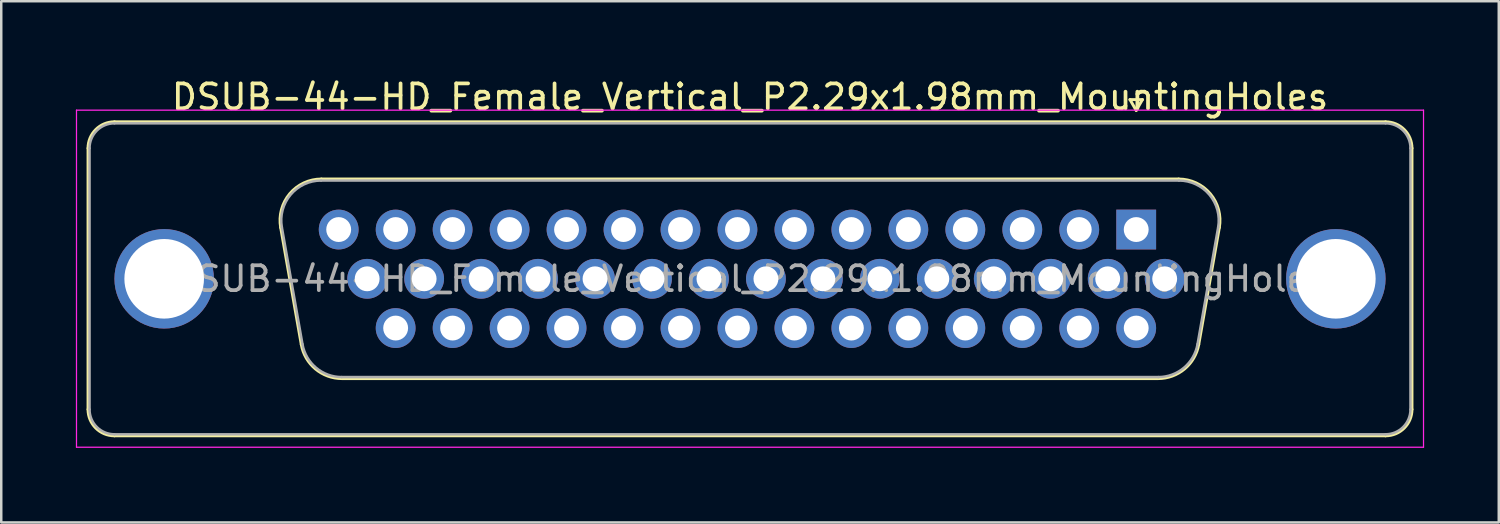
<source format=kicad_pcb>
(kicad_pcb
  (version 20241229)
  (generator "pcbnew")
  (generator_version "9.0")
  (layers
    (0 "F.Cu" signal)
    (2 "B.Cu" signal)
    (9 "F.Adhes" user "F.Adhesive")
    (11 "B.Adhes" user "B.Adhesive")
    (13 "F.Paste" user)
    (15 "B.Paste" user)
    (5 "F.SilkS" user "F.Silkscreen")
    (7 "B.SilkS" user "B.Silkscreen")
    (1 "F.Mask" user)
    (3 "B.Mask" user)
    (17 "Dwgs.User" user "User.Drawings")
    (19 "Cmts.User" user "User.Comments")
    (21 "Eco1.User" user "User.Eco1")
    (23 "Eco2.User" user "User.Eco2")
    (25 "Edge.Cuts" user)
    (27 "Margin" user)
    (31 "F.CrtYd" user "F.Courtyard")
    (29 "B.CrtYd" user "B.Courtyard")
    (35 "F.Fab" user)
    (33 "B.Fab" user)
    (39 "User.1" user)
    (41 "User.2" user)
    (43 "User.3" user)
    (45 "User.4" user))
  (footprint "DSUB-44-HD_Female_Vertical_P2.29x1.98mm_MountingHoles"
    (layer "F.Cu")
    (at 42.625 6.178)
    (property "Reference" "DSUB-44-HD_Female_Vertical_P2.29x1.98mm_MountingHoles" (at -15.525 -5.33 0) (layer "F.SilkS") (effects (font (size 1 1) (thickness 0.15))))
    (attr through_hole)
    (fp_line (start -42.135 7.23) (end -42.135 -3.27) (stroke (width 0.12) (type solid)) (layer "F.SilkS"))
    (fp_line (start -41.075 -4.33) (end 10.025 -4.33) (stroke (width 0.12) (type solid)) (layer "F.SilkS"))
    (fp_line (start -34.391 -0.082) (end -33.563 4.618) (stroke (width 0.12) (type solid)) (layer "F.SilkS"))
    (fp_line (start -32.757 -2.03) (end 1.707 -2.03) (stroke (width 0.12) (type solid)) (layer "F.SilkS"))
    (fp_line (start -31.928 5.99) (end 0.878 5.99) (stroke (width 0.12) (type solid)) (layer "F.SilkS"))
    (fp_line (start -0.25 -5.224) (end 0.25 -5.224) (stroke (width 0.12) (type solid)) (layer "F.SilkS"))
    (fp_line (start 0 -4.791) (end -0.25 -5.224) (stroke (width 0.12) (type solid)) (layer "F.SilkS"))
    (fp_line (start 0.25 -5.224) (end 0 -4.791) (stroke (width 0.12) (type solid)) (layer "F.SilkS"))
    (fp_line (start 3.341 -0.082) (end 2.513 4.618) (stroke (width 0.12) (type solid)) (layer "F.SilkS"))
    (fp_line (start 10.025 8.29) (end -41.075 8.29) (stroke (width 0.12) (type solid)) (layer "F.SilkS"))
    (fp_line (start 11.085 -3.27) (end 11.085 7.23) (stroke (width 0.12) (type solid)) (layer "F.SilkS"))
    (fp_arc (start -42.135 -3.27) (mid -41.824533 -4.019533) (end -41.075 -4.33) (stroke (width 0.12) (type solid)) (layer "F.SilkS"))
    (fp_arc (start -41.075 8.29) (mid -41.824533 7.979533) (end -42.135 7.23) (stroke (width 0.12) (type solid)) (layer "F.SilkS"))
    (fp_arc (start -34.39147 -0.081744) (mid -34.028323 -1.437028) (end -32.756689 -2.03) (stroke (width 0.12) (type solid)) (layer "F.SilkS"))
    (fp_arc (start -31.927952 5.99) (mid -32.994979 5.601634) (end -33.562733 4.618256) (stroke (width 0.12) (type solid)) (layer "F.SilkS"))
    (fp_arc (start 1.706689 -2.03) (mid 2.978323 -1.437027) (end 3.34147 -0.081744) (stroke (width 0.12) (type solid)) (layer "F.SilkS"))
    (fp_arc (start 2.512733 4.618256) (mid 1.94498 5.601634) (end 0.877952 5.99) (stroke (width 0.12) (type solid)) (layer "F.SilkS"))
    (fp_arc (start 10.025 -4.33) (mid 10.774533 -4.019533) (end 11.085 -3.27) (stroke (width 0.12) (type solid)) (layer "F.SilkS"))
    (fp_arc (start 11.085 7.23) (mid 10.774533 7.979533) (end 10.025 8.29) (stroke (width 0.12) (type solid)) (layer "F.SilkS"))
    (fp_line (start -42.6 -4.8) (end -42.6 8.75) (stroke (width 0.05) (type solid)) (layer "F.CrtYd"))
    (fp_line (start -42.6 8.75) (end 11.55 8.75) (stroke (width 0.05) (type solid)) (layer "F.CrtYd"))
    (fp_line (start 11.55 -4.8) (end -42.6 -4.8) (stroke (width 0.05) (type solid)) (layer "F.CrtYd"))
    (fp_line (start 11.55 8.75) (end 11.55 -4.8) (stroke (width 0.05) (type solid)) (layer "F.CrtYd"))
    (fp_line (start -42.075 7.23) (end -42.075 -3.27) (stroke (width 0.1) (type solid)) (layer "F.Fab"))
    (fp_line (start -41.075 -4.27) (end 10.025 -4.27) (stroke (width 0.1) (type solid)) (layer "F.Fab"))
    (fp_line (start -34.344 -0.092) (end -33.515 4.608) (stroke (width 0.1) (type solid)) (layer "F.Fab"))
    (fp_line (start -32.768 -1.97) (end 1.718 -1.97) (stroke (width 0.1) (type solid)) (layer "F.Fab"))
    (fp_line (start -31.939 5.93) (end 0.889 5.93) (stroke (width 0.1) (type solid)) (layer "F.Fab"))
    (fp_line (start 3.294 -0.092) (end 2.465 4.608) (stroke (width 0.1) (type solid)) (layer "F.Fab"))
    (fp_line (start 10.025 8.23) (end -41.075 8.23) (stroke (width 0.1) (type solid)) (layer "F.Fab"))
    (fp_line (start 11.025 -3.27) (end 11.025 7.23) (stroke (width 0.1) (type solid)) (layer "F.Fab"))
    (fp_arc (start -42.075 -3.27) (mid -41.782107 -3.977107) (end -41.075 -4.27) (stroke (width 0.1) (type solid)) (layer "F.Fab"))
    (fp_arc (start -41.075 8.23) (mid -41.782107 7.937107) (end -42.075 7.23) (stroke (width 0.1) (type solid)) (layer "F.Fab"))
    (fp_arc (start -34.343886 -0.092163) (mid -33.993865 -1.39846) (end -32.768194 -1.97) (stroke (width 0.1) (type solid)) (layer "F.Fab"))
    (fp_arc (start -31.939457 5.93) (mid -32.967917 5.555671) (end -33.515149 4.607837) (stroke (width 0.1) (type solid)) (layer "F.Fab"))
    (fp_arc (start 1.718194 -1.97) (mid 2.943865 -1.39846) (end 3.293886 -0.092163) (stroke (width 0.1) (type solid)) (layer "F.Fab"))
    (fp_arc (start 2.465149 4.607837) (mid 1.917917 5.555671) (end 0.889457 5.93) (stroke (width 0.1) (type solid)) (layer "F.Fab"))
    (fp_arc (start 10.025 -4.27) (mid 10.732107 -3.977107) (end 11.025 -3.27) (stroke (width 0.1) (type solid)) (layer "F.Fab"))
    (fp_arc (start 11.025 7.23) (mid 10.732107 7.937107) (end 10.025 8.23) (stroke (width 0.1) (type solid)) (layer "F.Fab"))
    (fp_text user "${REFERENCE}" (at -15.525 1.98 0) (layer "F.Fab") (effects (font (size 1 1) (thickness 0.15))))
    (pad "0" thru_hole circle (at -39.075 1.98) (size 4 4) (drill 3.2) (layers "*.Cu" "*.Mask"))
    (pad "0" thru_hole circle (at 8.025 1.98) (size 4 4) (drill 3.2) (layers "*.Cu" "*.Mask"))
    (pad "1" thru_hole rect (at 0 0) (size 1.6 1.6) (drill 1) (layers "*.Cu" "*.Mask"))
    (pad "2" thru_hole circle (at -2.29 0) (size 1.6 1.6) (drill 1) (layers "*.Cu" "*.Mask"))
    (pad "3" thru_hole circle (at -4.58 0) (size 1.6 1.6) (drill 1) (layers "*.Cu" "*.Mask"))
    (pad "4" thru_hole circle (at -6.87 0) (size 1.6 1.6) (drill 1) (layers "*.Cu" "*.Mask"))
    (pad "5" thru_hole circle (at -9.16 0) (size 1.6 1.6) (drill 1) (layers "*.Cu" "*.Mask"))
    (pad "6" thru_hole circle (at -11.45 0) (size 1.6 1.6) (drill 1) (layers "*.Cu" "*.Mask"))
    (pad "7" thru_hole circle (at -13.74 0) (size 1.6 1.6) (drill 1) (layers "*.Cu" "*.Mask"))
    (pad "8" thru_hole circle (at -16.03 0) (size 1.6 1.6) (drill 1) (layers "*.Cu" "*.Mask"))
    (pad "9" thru_hole circle (at -18.32 0) (size 1.6 1.6) (drill 1) (layers "*.Cu" "*.Mask"))
    (pad "10" thru_hole circle (at -20.61 0) (size 1.6 1.6) (drill 1) (layers "*.Cu" "*.Mask"))
    (pad "11" thru_hole circle (at -22.9 0) (size 1.6 1.6) (drill 1) (layers "*.Cu" "*.Mask"))
    (pad "12" thru_hole circle (at -25.19 0) (size 1.6 1.6) (drill 1) (layers "*.Cu" "*.Mask"))
    (pad "13" thru_hole circle (at -27.48 0) (size 1.6 1.6) (drill 1) (layers "*.Cu" "*.Mask"))
    (pad "14" thru_hole circle (at -29.77 0) (size 1.6 1.6) (drill 1) (layers "*.Cu" "*.Mask"))
    (pad "15" thru_hole circle (at -32.06 0) (size 1.6 1.6) (drill 1) (layers "*.Cu" "*.Mask"))
    (pad "16" thru_hole circle (at 1.145 1.98) (size 1.6 1.6) (drill 1) (layers "*.Cu" "*.Mask"))
    (pad "17" thru_hole circle (at -1.145 1.98) (size 1.6 1.6) (drill 1) (layers "*.Cu" "*.Mask"))
    (pad "18" thru_hole circle (at -3.435 1.98) (size 1.6 1.6) (drill 1) (layers "*.Cu" "*.Mask"))
    (pad "19" thru_hole circle (at -5.725 1.98) (size 1.6 1.6) (drill 1) (layers "*.Cu" "*.Mask"))
    (pad "20" thru_hole circle (at -8.015 1.98) (size 1.6 1.6) (drill 1) (layers "*.Cu" "*.Mask"))
    (pad "21" thru_hole circle (at -10.305 1.98) (size 1.6 1.6) (drill 1) (layers "*.Cu" "*.Mask"))
    (pad "22" thru_hole circle (at -12.595 1.98) (size 1.6 1.6) (drill 1) (layers "*.Cu" "*.Mask"))
    (pad "23" thru_hole circle (at -14.885 1.98) (size 1.6 1.6) (drill 1) (layers "*.Cu" "*.Mask"))
    (pad "24" thru_hole circle (at -17.175 1.98) (size 1.6 1.6) (drill 1) (layers "*.Cu" "*.Mask"))
    (pad "25" thru_hole circle (at -19.465 1.98) (size 1.6 1.6) (drill 1) (layers "*.Cu" "*.Mask"))
    (pad "26" thru_hole circle (at -21.755 1.98) (size 1.6 1.6) (drill 1) (layers "*.Cu" "*.Mask"))
    (pad "27" thru_hole circle (at -24.045 1.98) (size 1.6 1.6) (drill 1) (layers "*.Cu" "*.Mask"))
    (pad "28" thru_hole circle (at -26.335 1.98) (size 1.6 1.6) (drill 1) (layers "*.Cu" "*.Mask"))
    (pad "29" thru_hole circle (at -28.625 1.98) (size 1.6 1.6) (drill 1) (layers "*.Cu" "*.Mask"))
    (pad "30" thru_hole circle (at -30.915 1.98) (size 1.6 1.6) (drill 1) (layers "*.Cu" "*.Mask"))
    (pad "31" thru_hole circle (at 0 3.96) (size 1.6 1.6) (drill 1) (layers "*.Cu" "*.Mask"))
    (pad "32" thru_hole circle (at -2.29 3.96) (size 1.6 1.6) (drill 1) (layers "*.Cu" "*.Mask"))
    (pad "33" thru_hole circle (at -4.58 3.96) (size 1.6 1.6) (drill 1) (layers "*.Cu" "*.Mask"))
    (pad "34" thru_hole circle (at -6.87 3.96) (size 1.6 1.6) (drill 1) (layers "*.Cu" "*.Mask"))
    (pad "35" thru_hole circle (at -9.16 3.96) (size 1.6 1.6) (drill 1) (layers "*.Cu" "*.Mask"))
    (pad "36" thru_hole circle (at -11.45 3.96) (size 1.6 1.6) (drill 1) (layers "*.Cu" "*.Mask"))
    (pad "37" thru_hole circle (at -13.74 3.96) (size 1.6 1.6) (drill 1) (layers "*.Cu" "*.Mask"))
    (pad "38" thru_hole circle (at -16.03 3.96) (size 1.6 1.6) (drill 1) (layers "*.Cu" "*.Mask"))
    (pad "39" thru_hole circle (at -18.32 3.96) (size 1.6 1.6) (drill 1) (layers "*.Cu" "*.Mask"))
    (pad "40" thru_hole circle (at -20.61 3.96) (size 1.6 1.6) (drill 1) (layers "*.Cu" "*.Mask"))
    (pad "41" thru_hole circle (at -22.9 3.96) (size 1.6 1.6) (drill 1) (layers "*.Cu" "*.Mask"))
    (pad "42" thru_hole circle (at -25.19 3.96) (size 1.6 1.6) (drill 1) (layers "*.Cu" "*.Mask"))
    (pad "43" thru_hole circle (at -27.48 3.96) (size 1.6 1.6) (drill 1) (layers "*.Cu" "*.Mask"))
    (pad "44" thru_hole circle (at -29.77 3.96) (size 1.6 1.6) (drill 1) (layers "*.Cu" "*.Mask")))
  (gr_rect
    (start -3 -3)
    (end 57.2 17.953)
    (stroke (width 0.1) (type default))
    (fill no)
    (layer "Edge.Cuts")))
</source>
